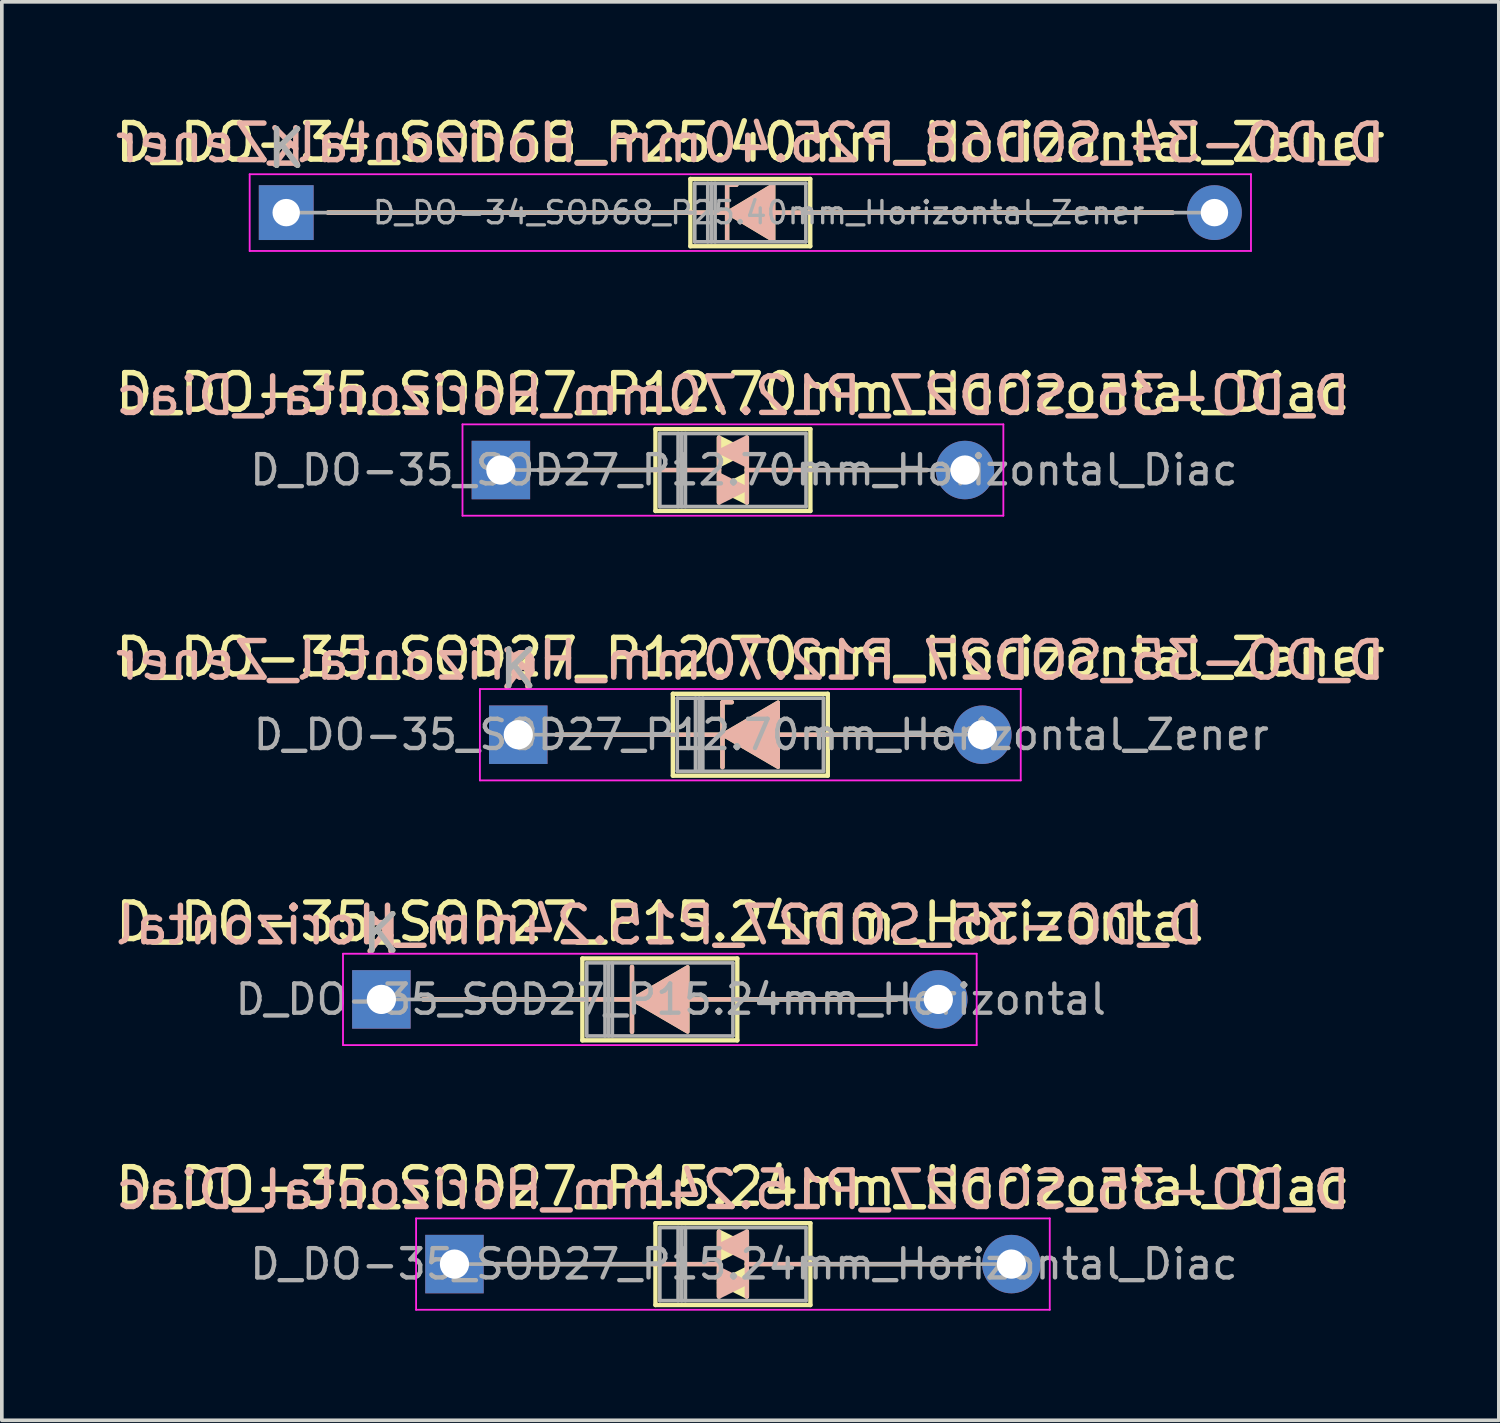
<source format=kicad_pcb>
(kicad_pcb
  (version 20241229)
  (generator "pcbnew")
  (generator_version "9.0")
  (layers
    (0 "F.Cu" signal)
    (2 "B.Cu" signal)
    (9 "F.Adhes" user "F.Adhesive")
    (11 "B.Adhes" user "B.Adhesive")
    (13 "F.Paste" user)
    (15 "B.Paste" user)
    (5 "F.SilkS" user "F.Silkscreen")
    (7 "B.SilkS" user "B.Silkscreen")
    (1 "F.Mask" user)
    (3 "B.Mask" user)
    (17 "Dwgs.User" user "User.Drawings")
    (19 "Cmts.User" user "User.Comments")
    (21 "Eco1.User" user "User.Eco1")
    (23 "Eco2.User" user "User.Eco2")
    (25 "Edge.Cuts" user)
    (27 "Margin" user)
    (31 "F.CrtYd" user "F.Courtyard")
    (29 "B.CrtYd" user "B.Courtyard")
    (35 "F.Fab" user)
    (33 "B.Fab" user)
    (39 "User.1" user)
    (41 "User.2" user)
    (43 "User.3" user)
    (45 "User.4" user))
  (footprint "D_DO-34_SOD68_P25.40mm_Horizontal_Zener"
    (layer "F.Cu")
    (at 4.782 2.768)
    (property "Reference" "D_DO-34_SOD68_P25.40mm_Horizontal_Zener" (at 12.7 -1.92 0) (layer "F.SilkS") (effects (font (size 1 1) (thickness 0.15))))
    (fp_line (start 1.143 0) (end 11.06 0) (stroke (width 0.12) (type solid)) (layer "F.SilkS"))
    (fp_line (start 11.06 -0.92) (end 11.06 0.92) (stroke (width 0.12) (type solid)) (layer "F.SilkS"))
    (fp_line (start 11.06 0.92) (end 14.34 0.92) (stroke (width 0.12) (type solid)) (layer "F.SilkS"))
    (fp_line (start 12.065 -0.762) (end 12.065 0.762) (stroke (width 0.12) (type solid)) (layer "F.SilkS"))
    (fp_line (start 12.065 -0.762) (end 12.319 -0.762) (stroke (width 0.12) (type solid)) (layer "F.SilkS"))
    (fp_line (start 12.15 0) (end 11.049 0) (stroke (width 0.12) (type solid)) (layer "F.SilkS"))
    (fp_line (start 13.335 0) (end 14.351 0) (stroke (width 0.12) (type solid)) (layer "F.SilkS"))
    (fp_line (start 14.34 -0.92) (end 11.06 -0.92) (stroke (width 0.12) (type solid)) (layer "F.SilkS"))
    (fp_line (start 14.34 0.92) (end 14.34 -0.92) (stroke (width 0.12) (type solid)) (layer "F.SilkS"))
    (fp_line (start 24.257 0) (end 14.34 0) (stroke (width 0.12) (type solid)) (layer "F.SilkS"))
    (fp_poly (pts (xy 13.335 0.762) (xy 12.065 0) (xy 13.335 -0.762)) (stroke (width 0.1) (type solid)) (fill yes) (layer "F.SilkS"))
    (fp_line (start 1.143 0) (end 11.06 0) (stroke (width 0.12) (type solid)) (layer "B.SilkS"))
    (fp_line (start 12.065 -0.762) (end 12.319 -0.762) (stroke (width 0.12) (type solid)) (layer "B.SilkS"))
    (fp_line (start 12.065 0.762) (end 12.065 -0.762) (stroke (width 0.12) (type solid)) (layer "B.SilkS"))
    (fp_line (start 12.15 0) (end 11.049 0) (stroke (width 0.12) (type solid)) (layer "B.SilkS"))
    (fp_line (start 13.335 0) (end 14.351 0) (stroke (width 0.12) (type solid)) (layer "B.SilkS"))
    (fp_line (start 24.257 0) (end 14.34 0) (stroke (width 0.12) (type solid)) (layer "B.SilkS"))
    (fp_poly (pts (xy 13.335 -0.762) (xy 12.065 0) (xy 13.335 0.762)) (stroke (width 0.1) (type solid)) (fill yes) (layer "B.SilkS"))
    (fp_line (start -1 -1.05) (end -1 1.05) (stroke (width 0.05) (type solid)) (layer "F.CrtYd"))
    (fp_line (start -1 1.05) (end 26.4 1.05) (stroke (width 0.05) (type solid)) (layer "F.CrtYd"))
    (fp_line (start 26.4 -1.05) (end -1 -1.05) (stroke (width 0.05) (type solid)) (layer "F.CrtYd"))
    (fp_line (start 26.4 1.05) (end 26.4 -1.05) (stroke (width 0.05) (type solid)) (layer "F.CrtYd"))
    (fp_line (start 0 0) (end 11.18 0) (stroke (width 0.1) (type solid)) (layer "F.Fab"))
    (fp_line (start 11.18 -0.8) (end 11.18 0.8) (stroke (width 0.1) (type solid)) (layer "F.Fab"))
    (fp_line (start 11.18 0.8) (end 14.22 0.8) (stroke (width 0.1) (type solid)) (layer "F.Fab"))
    (fp_line (start 11.536 -0.8) (end 11.536 0.8) (stroke (width 0.1) (type solid)) (layer "F.Fab"))
    (fp_line (start 11.636 -0.8) (end 11.636 0.8) (stroke (width 0.1) (type solid)) (layer "F.Fab"))
    (fp_line (start 11.736 -0.8) (end 11.736 0.8) (stroke (width 0.1) (type solid)) (layer "F.Fab"))
    (fp_line (start 14.22 -0.8) (end 11.18 -0.8) (stroke (width 0.1) (type solid)) (layer "F.Fab"))
    (fp_line (start 14.22 0.8) (end 14.22 -0.8) (stroke (width 0.1) (type solid)) (layer "F.Fab"))
    (fp_line (start 25.4 0) (end 14.22 0) (stroke (width 0.1) (type solid)) (layer "F.Fab"))
    (fp_text user "K" (at 0 -1.75 0) (layer "F.SilkS") (effects (font (size 1 1) (thickness 0.15))))
    (fp_text user "K" (at 0 -1.778 0) (layer "B.SilkS") (effects (font (size 1 1) (thickness 0.15)) (justify mirror)))
    (fp_text user "${REFERENCE}" (at 12.7 -1.905 0) (layer "B.SilkS") (effects (font (size 1 1) (thickness 0.15)) (justify mirror)))
    (fp_text user "K" (at 0 -1.75 0) (layer "F.Fab") (effects (font (size 1 1) (thickness 0.15))))
    (fp_text user "${REFERENCE}" (at 12.928 0 0) (layer "F.Fab") (effects (font (size 0.608 0.608) (thickness 0.091))))
    (pad "1" thru_hole rect (at 0 0) (size 1.5 1.5) (drill 0.75) (layers "*.Cu" "*.Mask"))
    (pad "2" thru_hole oval (at 25.4 0) (size 1.5 1.5) (drill 0.75) (layers "*.Cu" "*.Mask")))
  (footprint "D_DO-35_SOD27_P12.70mm_Horizontal_Zener"
    (layer "F.Cu")
    (at 11.132 17.055)
    (property "Reference" "D_DO-35_SOD27_P12.70mm_Horizontal_Zener" (at 6.35 -2.12 0) (layer "F.SilkS") (effects (font (size 1 1) (thickness 0.15))))
    (fp_line (start 1.04 0) (end 4.23 0) (stroke (width 0.12) (type solid)) (layer "F.SilkS"))
    (fp_line (start 4.23 -1.12) (end 4.23 1.12) (stroke (width 0.12) (type solid)) (layer "F.SilkS"))
    (fp_line (start 4.23 0) (end 5.969 0) (stroke (width 0.12) (type solid)) (layer "F.SilkS"))
    (fp_line (start 4.23 1.12) (end 8.47 1.12) (stroke (width 0.12) (type solid)) (layer "F.SilkS"))
    (fp_line (start 5.588 -0.889) (end 5.588 0.889) (stroke (width 0.12) (type solid)) (layer "F.SilkS"))
    (fp_line (start 5.588 -0.889) (end 5.842 -0.889) (stroke (width 0.12) (type solid)) (layer "F.SilkS"))
    (fp_line (start 8.47 -1.12) (end 4.23 -1.12) (stroke (width 0.12) (type solid)) (layer "F.SilkS"))
    (fp_line (start 8.47 0) (end 7.112 0) (stroke (width 0.12) (type solid)) (layer "F.SilkS"))
    (fp_line (start 8.47 1.12) (end 8.47 -1.12) (stroke (width 0.12) (type solid)) (layer "F.SilkS"))
    (fp_line (start 11.66 0) (end 8.47 0) (stroke (width 0.12) (type solid)) (layer "F.SilkS"))
    (fp_poly (pts (xy 7.112 0.889) (xy 5.588 0) (xy 7.112 -0.889)) (stroke (width 0.1) (type solid)) (fill yes) (layer "F.SilkS"))
    (fp_line (start 1.04 0) (end 4.23 0) (stroke (width 0.12) (type solid)) (layer "B.SilkS"))
    (fp_line (start 4.23 0) (end 5.969 0) (stroke (width 0.12) (type solid)) (layer "B.SilkS"))
    (fp_line (start 5.588 -0.889) (end 5.842 -0.889) (stroke (width 0.12) (type solid)) (layer "B.SilkS"))
    (fp_line (start 5.588 0.889) (end 5.588 -0.889) (stroke (width 0.12) (type solid)) (layer "B.SilkS"))
    (fp_line (start 8.47 0) (end 7.112 0) (stroke (width 0.12) (type solid)) (layer "B.SilkS"))
    (fp_line (start 11.66 0) (end 8.47 0) (stroke (width 0.12) (type solid)) (layer "B.SilkS"))
    (fp_poly (pts (xy 7.112 -0.889) (xy 5.588 0) (xy 7.112 0.889)) (stroke (width 0.1) (type solid)) (fill yes) (layer "B.SilkS"))
    (fp_line (start -1.05 -1.25) (end -1.05 1.25) (stroke (width 0.05) (type solid)) (layer "F.CrtYd"))
    (fp_line (start -1.05 1.25) (end 13.75 1.25) (stroke (width 0.05) (type solid)) (layer "F.CrtYd"))
    (fp_line (start 13.75 -1.25) (end -1.05 -1.25) (stroke (width 0.05) (type solid)) (layer "F.CrtYd"))
    (fp_line (start 13.75 1.25) (end 13.75 -1.25) (stroke (width 0.05) (type solid)) (layer "F.CrtYd"))
    (fp_line (start 0 0) (end 4.35 0) (stroke (width 0.1) (type solid)) (layer "F.Fab"))
    (fp_line (start 4.35 -1) (end 4.35 1) (stroke (width 0.1) (type solid)) (layer "F.Fab"))
    (fp_line (start 4.35 1) (end 8.35 1) (stroke (width 0.1) (type solid)) (layer "F.Fab"))
    (fp_line (start 4.85 -1) (end 4.85 1) (stroke (width 0.1) (type solid)) (layer "F.Fab"))
    (fp_line (start 4.95 -1) (end 4.95 1) (stroke (width 0.1) (type solid)) (layer "F.Fab"))
    (fp_line (start 5.05 -1) (end 5.05 1) (stroke (width 0.1) (type solid)) (layer "F.Fab"))
    (fp_line (start 8.35 -1) (end 4.35 -1) (stroke (width 0.1) (type solid)) (layer "F.Fab"))
    (fp_line (start 8.35 1) (end 8.35 -1) (stroke (width 0.1) (type solid)) (layer "F.Fab"))
    (fp_line (start 12.7 0) (end 8.35 0) (stroke (width 0.1) (type solid)) (layer "F.Fab"))
    (fp_text user "K" (at 0 -1.8 0) (layer "F.SilkS") (effects (font (size 1 1) (thickness 0.15))))
    (fp_text user "${REFERENCE}" (at 6.35 -2.032 0) (layer "B.SilkS") (effects (font (size 1 1) (thickness 0.15)) (justify mirror)))
    (fp_text user "K" (at 0 -1.778 0) (layer "B.SilkS") (effects (font (size 1 1) (thickness 0.15)) (justify mirror)))
    (fp_text user "${REFERENCE}" (at 6.65 0 0) (layer "F.Fab") (effects (font (size 0.8 0.8) (thickness 0.12))))
    (fp_text user "K" (at 0 -1.8 0) (layer "F.Fab") (effects (font (size 1 1) (thickness 0.15))))
    (pad "1" thru_hole rect (at 0 0) (size 1.6 1.6) (drill 0.8) (layers "*.Cu" "*.Mask"))
    (pad "2" thru_hole oval (at 12.7 0) (size 1.6 1.6) (drill 0.8) (layers "*.Cu" "*.Mask")))
  (footprint "D_DO-35_SOD27_P12.70mm_Horizontal_Diac"
    (layer "F.Cu")
    (at 10.656 9.812)
    (property "Reference" "D_DO-35_SOD27_P12.70mm_Horizontal_Diac" (at 6.35 -2.12 0) (layer "F.SilkS") (effects (font (size 1 1) (thickness 0.15))))
    (fp_line (start 1.04 0) (end 4.23 0) (stroke (width 0.12) (type solid)) (layer "F.SilkS"))
    (fp_line (start 4.191 0) (end 5.969 0) (stroke (width 0.12) (type solid)) (layer "F.SilkS"))
    (fp_line (start 4.23 -1.12) (end 4.23 1.12) (stroke (width 0.12) (type solid)) (layer "F.SilkS"))
    (fp_line (start 4.23 1.12) (end 8.47 1.12) (stroke (width 0.12) (type solid)) (layer "F.SilkS"))
    (fp_line (start 5.969 -0.889) (end 5.969 0.889) (stroke (width 0.12) (type solid)) (layer "F.SilkS"))
    (fp_line (start 6.731 -0.889) (end 6.731 0.889) (stroke (width 0.12) (type solid)) (layer "F.SilkS"))
    (fp_line (start 8.47 -1.12) (end 4.23 -1.12) (stroke (width 0.12) (type solid)) (layer "F.SilkS"))
    (fp_line (start 8.47 0) (end 6.731 0) (stroke (width 0.12) (type solid)) (layer "F.SilkS"))
    (fp_line (start 8.47 1.12) (end 8.47 -1.12) (stroke (width 0.12) (type solid)) (layer "F.SilkS"))
    (fp_line (start 11.66 0) (end 8.47 0) (stroke (width 0.12) (type solid)) (layer "F.SilkS"))
    (fp_poly (pts (xy 6.731 -0.508) (xy 5.969 -0.127) (xy 5.969 -0.889)) (stroke (width 0.12) (type solid)) (fill yes) (layer "F.SilkS"))
    (fp_poly (pts (xy 6.731 0.889) (xy 5.969 0.508) (xy 6.731 0.127)) (stroke (width 0.12) (type solid)) (fill yes) (layer "F.SilkS"))
    (fp_line (start 1.04 0) (end 4.23 0) (stroke (width 0.12) (type solid)) (layer "B.SilkS"))
    (fp_line (start 4.191 0) (end 5.969 0) (stroke (width 0.12) (type solid)) (layer "B.SilkS"))
    (fp_line (start 5.969 0.889) (end 5.969 -0.889) (stroke (width 0.12) (type solid)) (layer "B.SilkS"))
    (fp_line (start 6.731 0.889) (end 6.731 -0.889) (stroke (width 0.12) (type solid)) (layer "B.SilkS"))
    (fp_line (start 8.47 0) (end 6.731 0) (stroke (width 0.12) (type solid)) (layer "B.SilkS"))
    (fp_line (start 11.66 0) (end 8.47 0) (stroke (width 0.12) (type solid)) (layer "B.SilkS"))
    (fp_poly (pts (xy 6.731 -0.889) (xy 5.969 -0.508) (xy 6.731 -0.127)) (stroke (width 0.12) (type solid)) (fill yes) (layer "B.SilkS"))
    (fp_poly (pts (xy 6.731 0.508) (xy 5.969 0.127) (xy 5.969 0.889)) (stroke (width 0.12) (type solid)) (fill yes) (layer "B.SilkS"))
    (fp_line (start -1.05 -1.25) (end -1.05 1.25) (stroke (width 0.05) (type solid)) (layer "F.CrtYd"))
    (fp_line (start -1.05 1.25) (end 13.75 1.25) (stroke (width 0.05) (type solid)) (layer "F.CrtYd"))
    (fp_line (start 13.75 -1.25) (end -1.05 -1.25) (stroke (width 0.05) (type solid)) (layer "F.CrtYd"))
    (fp_line (start 13.75 1.25) (end 13.75 -1.25) (stroke (width 0.05) (type solid)) (layer "F.CrtYd"))
    (fp_line (start 0 0) (end 4.35 0) (stroke (width 0.1) (type solid)) (layer "F.Fab"))
    (fp_line (start 4.35 -1) (end 4.35 1) (stroke (width 0.1) (type solid)) (layer "F.Fab"))
    (fp_line (start 4.35 1) (end 8.35 1) (stroke (width 0.1) (type solid)) (layer "F.Fab"))
    (fp_line (start 4.85 -1) (end 4.85 1) (stroke (width 0.1) (type solid)) (layer "F.Fab"))
    (fp_line (start 4.95 -1) (end 4.95 1) (stroke (width 0.1) (type solid)) (layer "F.Fab"))
    (fp_line (start 5.05 -1) (end 5.05 1) (stroke (width 0.1) (type solid)) (layer "F.Fab"))
    (fp_line (start 8.35 -1) (end 4.35 -1) (stroke (width 0.1) (type solid)) (layer "F.Fab"))
    (fp_line (start 8.35 1) (end 8.35 -1) (stroke (width 0.1) (type solid)) (layer "F.Fab"))
    (fp_line (start 12.7 0) (end 8.35 0) (stroke (width 0.1) (type solid)) (layer "F.Fab"))
    (fp_text user "${REFERENCE}" (at 6.35 -2.032 0) (layer "B.SilkS") (effects (font (size 1 1) (thickness 0.15)) (justify mirror)))
    (fp_text user "${REFERENCE}" (at 6.65 0 0) (layer "F.Fab") (effects (font (size 0.8 0.8) (thickness 0.12))))
    (pad "1" thru_hole rect (at 0 0) (size 1.6 1.6) (drill 0.8) (layers "*.Cu" "*.Mask"))
    (pad "2" thru_hole oval (at 12.7 0) (size 1.6 1.6) (drill 0.8) (layers "*.Cu" "*.Mask")))
  (footprint "D_DO-35_SOD27_P15.24mm_Horizontal"
    (layer "F.Cu")
    (at 7.386 24.298)
    (property "Reference" "D_DO-35_SOD27_P15.24mm_Horizontal" (at 7.62 -2.12 0) (layer "F.SilkS") (effects (font (size 1 1) (thickness 0.15))))
    (fp_line (start 1.143 0) (end 5.5 0) (stroke (width 0.12) (type solid)) (layer "F.SilkS"))
    (fp_line (start 5.5 -1.12) (end 5.5 1.12) (stroke (width 0.12) (type solid)) (layer "F.SilkS"))
    (fp_line (start 5.5 0) (end 7.239 0) (stroke (width 0.12) (type solid)) (layer "F.SilkS"))
    (fp_line (start 5.5 1.12) (end 9.74 1.12) (stroke (width 0.12) (type solid)) (layer "F.SilkS"))
    (fp_line (start 6.858 -0.889) (end 6.858 0.889) (stroke (width 0.12) (type solid)) (layer "F.SilkS"))
    (fp_line (start 9.74 -1.12) (end 5.5 -1.12) (stroke (width 0.12) (type solid)) (layer "F.SilkS"))
    (fp_line (start 9.74 0) (end 8.382 0) (stroke (width 0.12) (type solid)) (layer "F.SilkS"))
    (fp_line (start 9.74 1.12) (end 9.74 -1.12) (stroke (width 0.12) (type solid)) (layer "F.SilkS"))
    (fp_line (start 14.097 0) (end 9.74 0) (stroke (width 0.12) (type solid)) (layer "F.SilkS"))
    (fp_poly (pts (xy 8.382 0.889) (xy 6.858 0) (xy 8.382 -0.889)) (stroke (width 0.1) (type solid)) (fill yes) (layer "F.SilkS"))
    (fp_line (start 1.143 0) (end 5.5 0) (stroke (width 0.12) (type solid)) (layer "B.SilkS"))
    (fp_line (start 5.5 0) (end 7.239 0) (stroke (width 0.12) (type solid)) (layer "B.SilkS"))
    (fp_line (start 6.858 0.889) (end 6.858 -0.889) (stroke (width 0.12) (type solid)) (layer "B.SilkS"))
    (fp_line (start 9.74 0) (end 8.382 0) (stroke (width 0.12) (type solid)) (layer "B.SilkS"))
    (fp_line (start 14.097 0) (end 9.74 0) (stroke (width 0.12) (type solid)) (layer "B.SilkS"))
    (fp_poly (pts (xy 8.382 -0.889) (xy 6.858 0) (xy 8.382 0.889)) (stroke (width 0.1) (type solid)) (fill yes) (layer "B.SilkS"))
    (fp_line (start -1.05 -1.25) (end -1.05 1.25) (stroke (width 0.05) (type solid)) (layer "F.CrtYd"))
    (fp_line (start -1.05 1.25) (end 16.29 1.25) (stroke (width 0.05) (type solid)) (layer "F.CrtYd"))
    (fp_line (start 16.29 -1.25) (end -1.05 -1.25) (stroke (width 0.05) (type solid)) (layer "F.CrtYd"))
    (fp_line (start 16.29 1.25) (end 16.29 -1.25) (stroke (width 0.05) (type solid)) (layer "F.CrtYd"))
    (fp_line (start 0 0) (end 5.62 0) (stroke (width 0.1) (type solid)) (layer "F.Fab"))
    (fp_line (start 5.62 -1) (end 5.62 1) (stroke (width 0.1) (type solid)) (layer "F.Fab"))
    (fp_line (start 5.62 1) (end 9.62 1) (stroke (width 0.1) (type solid)) (layer "F.Fab"))
    (fp_line (start 6.12 -1) (end 6.12 1) (stroke (width 0.1) (type solid)) (layer "F.Fab"))
    (fp_line (start 6.22 -1) (end 6.22 1) (stroke (width 0.1) (type solid)) (layer "F.Fab"))
    (fp_line (start 6.32 -1) (end 6.32 1) (stroke (width 0.1) (type solid)) (layer "F.Fab"))
    (fp_line (start 9.62 -1) (end 5.62 -1) (stroke (width 0.1) (type solid)) (layer "F.Fab"))
    (fp_line (start 9.62 1) (end 9.62 -1) (stroke (width 0.1) (type solid)) (layer "F.Fab"))
    (fp_line (start 15.24 0) (end 9.62 0) (stroke (width 0.1) (type solid)) (layer "F.Fab"))
    (fp_text user "K" (at 0 -1.8 0) (layer "F.SilkS") (effects (font (size 1 1) (thickness 0.15))))
    (fp_text user "${REFERENCE}" (at 7.62 -2.032 0) (layer "B.SilkS") (effects (font (size 1 1) (thickness 0.15)) (justify mirror)))
    (fp_text user "K" (at 0 -1.778 0) (layer "B.SilkS") (effects (font (size 1 1) (thickness 0.15)) (justify mirror)))
    (fp_text user "K" (at 0 -1.8 0) (layer "F.Fab") (effects (font (size 1 1) (thickness 0.15))))
    (fp_text user "${REFERENCE}" (at 7.92 0 0) (layer "F.Fab") (effects (font (size 0.8 0.8) (thickness 0.12))))
    (pad "1" thru_hole rect (at 0 0) (size 1.6 1.6) (drill 0.8) (layers "*.Cu" "*.Mask"))
    (pad "2" thru_hole oval (at 15.24 0) (size 1.6 1.6) (drill 0.8) (layers "*.Cu" "*.Mask")))
  (footprint "D_DO-35_SOD27_P15.24mm_Horizontal_Diac"
    (layer "F.Cu")
    (at 9.386 31.541)
    (property "Reference" "D_DO-35_SOD27_P15.24mm_Horizontal_Diac" (at 7.62 -2.12 0) (layer "F.SilkS") (effects (font (size 1 1) (thickness 0.15))))
    (fp_line (start 1.143 0) (end 5.5 0) (stroke (width 0.12) (type solid)) (layer "F.SilkS"))
    (fp_line (start 5.461 0) (end 7.239 0) (stroke (width 0.12) (type solid)) (layer "F.SilkS"))
    (fp_line (start 5.5 -1.12) (end 5.5 1.12) (stroke (width 0.12) (type solid)) (layer "F.SilkS"))
    (fp_line (start 5.5 1.12) (end 9.74 1.12) (stroke (width 0.12) (type solid)) (layer "F.SilkS"))
    (fp_line (start 7.239 -0.889) (end 7.239 0.889) (stroke (width 0.12) (type solid)) (layer "F.SilkS"))
    (fp_line (start 8.001 -0.889) (end 8.001 0.889) (stroke (width 0.12) (type solid)) (layer "F.SilkS"))
    (fp_line (start 9.74 -1.12) (end 5.5 -1.12) (stroke (width 0.12) (type solid)) (layer "F.SilkS"))
    (fp_line (start 9.74 0) (end 8.001 0) (stroke (width 0.12) (type solid)) (layer "F.SilkS"))
    (fp_line (start 9.74 1.12) (end 9.74 -1.12) (stroke (width 0.12) (type solid)) (layer "F.SilkS"))
    (fp_line (start 14.097 0) (end 9.74 0) (stroke (width 0.12) (type solid)) (layer "F.SilkS"))
    (fp_poly (pts (xy 8.001 -0.508) (xy 7.239 -0.127) (xy 7.239 -0.889)) (stroke (width 0.12) (type solid)) (fill yes) (layer "F.SilkS"))
    (fp_poly (pts (xy 8.001 0.889) (xy 7.239 0.508) (xy 8.001 0.127)) (stroke (width 0.12) (type solid)) (fill yes) (layer "F.SilkS"))
    (fp_line (start 1.143 0) (end 5.5 0) (stroke (width 0.12) (type solid)) (layer "B.SilkS"))
    (fp_line (start 5.461 0) (end 7.239 0) (stroke (width 0.12) (type solid)) (layer "B.SilkS"))
    (fp_line (start 7.239 0.889) (end 7.239 -0.889) (stroke (width 0.12) (type solid)) (layer "B.SilkS"))
    (fp_line (start 8.001 0.889) (end 8.001 -0.889) (stroke (width 0.12) (type solid)) (layer "B.SilkS"))
    (fp_line (start 9.74 0) (end 8.001 0) (stroke (width 0.12) (type solid)) (layer "B.SilkS"))
    (fp_line (start 14.097 0) (end 9.74 0) (stroke (width 0.12) (type solid)) (layer "B.SilkS"))
    (fp_poly (pts (xy 8.001 -0.889) (xy 7.239 -0.508) (xy 8.001 -0.127)) (stroke (width 0.12) (type solid)) (fill yes) (layer "B.SilkS"))
    (fp_poly (pts (xy 8.001 0.508) (xy 7.239 0.127) (xy 7.239 0.889)) (stroke (width 0.12) (type solid)) (fill yes) (layer "B.SilkS"))
    (fp_line (start -1.05 -1.25) (end -1.05 1.25) (stroke (width 0.05) (type solid)) (layer "F.CrtYd"))
    (fp_line (start -1.05 1.25) (end 16.29 1.25) (stroke (width 0.05) (type solid)) (layer "F.CrtYd"))
    (fp_line (start 16.29 -1.25) (end -1.05 -1.25) (stroke (width 0.05) (type solid)) (layer "F.CrtYd"))
    (fp_line (start 16.29 1.25) (end 16.29 -1.25) (stroke (width 0.05) (type solid)) (layer "F.CrtYd"))
    (fp_line (start 0 0) (end 5.62 0) (stroke (width 0.1) (type solid)) (layer "F.Fab"))
    (fp_line (start 5.62 -1) (end 5.62 1) (stroke (width 0.1) (type solid)) (layer "F.Fab"))
    (fp_line (start 5.62 1) (end 9.62 1) (stroke (width 0.1) (type solid)) (layer "F.Fab"))
    (fp_line (start 6.12 -1) (end 6.12 1) (stroke (width 0.1) (type solid)) (layer "F.Fab"))
    (fp_line (start 6.22 -1) (end 6.22 1) (stroke (width 0.1) (type solid)) (layer "F.Fab"))
    (fp_line (start 6.32 -1) (end 6.32 1) (stroke (width 0.1) (type solid)) (layer "F.Fab"))
    (fp_line (start 9.62 -1) (end 5.62 -1) (stroke (width 0.1) (type solid)) (layer "F.Fab"))
    (fp_line (start 9.62 1) (end 9.62 -1) (stroke (width 0.1) (type solid)) (layer "F.Fab"))
    (fp_line (start 15.24 0) (end 9.62 0) (stroke (width 0.1) (type solid)) (layer "F.Fab"))
    (fp_text user "${REFERENCE}" (at 7.62 -2.032 0) (layer "B.SilkS") (effects (font (size 1 1) (thickness 0.15)) (justify mirror)))
    (fp_text user "${REFERENCE}" (at 7.92 0 0) (layer "F.Fab") (effects (font (size 0.8 0.8) (thickness 0.12))))
    (pad "1" thru_hole rect (at 0 0) (size 1.6 1.6) (drill 0.8) (layers "*.Cu" "*.Mask"))
    (pad "2" thru_hole oval (at 15.24 0) (size 1.6 1.6) (drill 0.8) (layers "*.Cu" "*.Mask")))
  (gr_rect
    (start -3 -3)
    (end 37.964 35.816)
    (stroke (width 0.1) (type default))
    (fill no)
    (layer "Edge.Cuts")))
</source>
